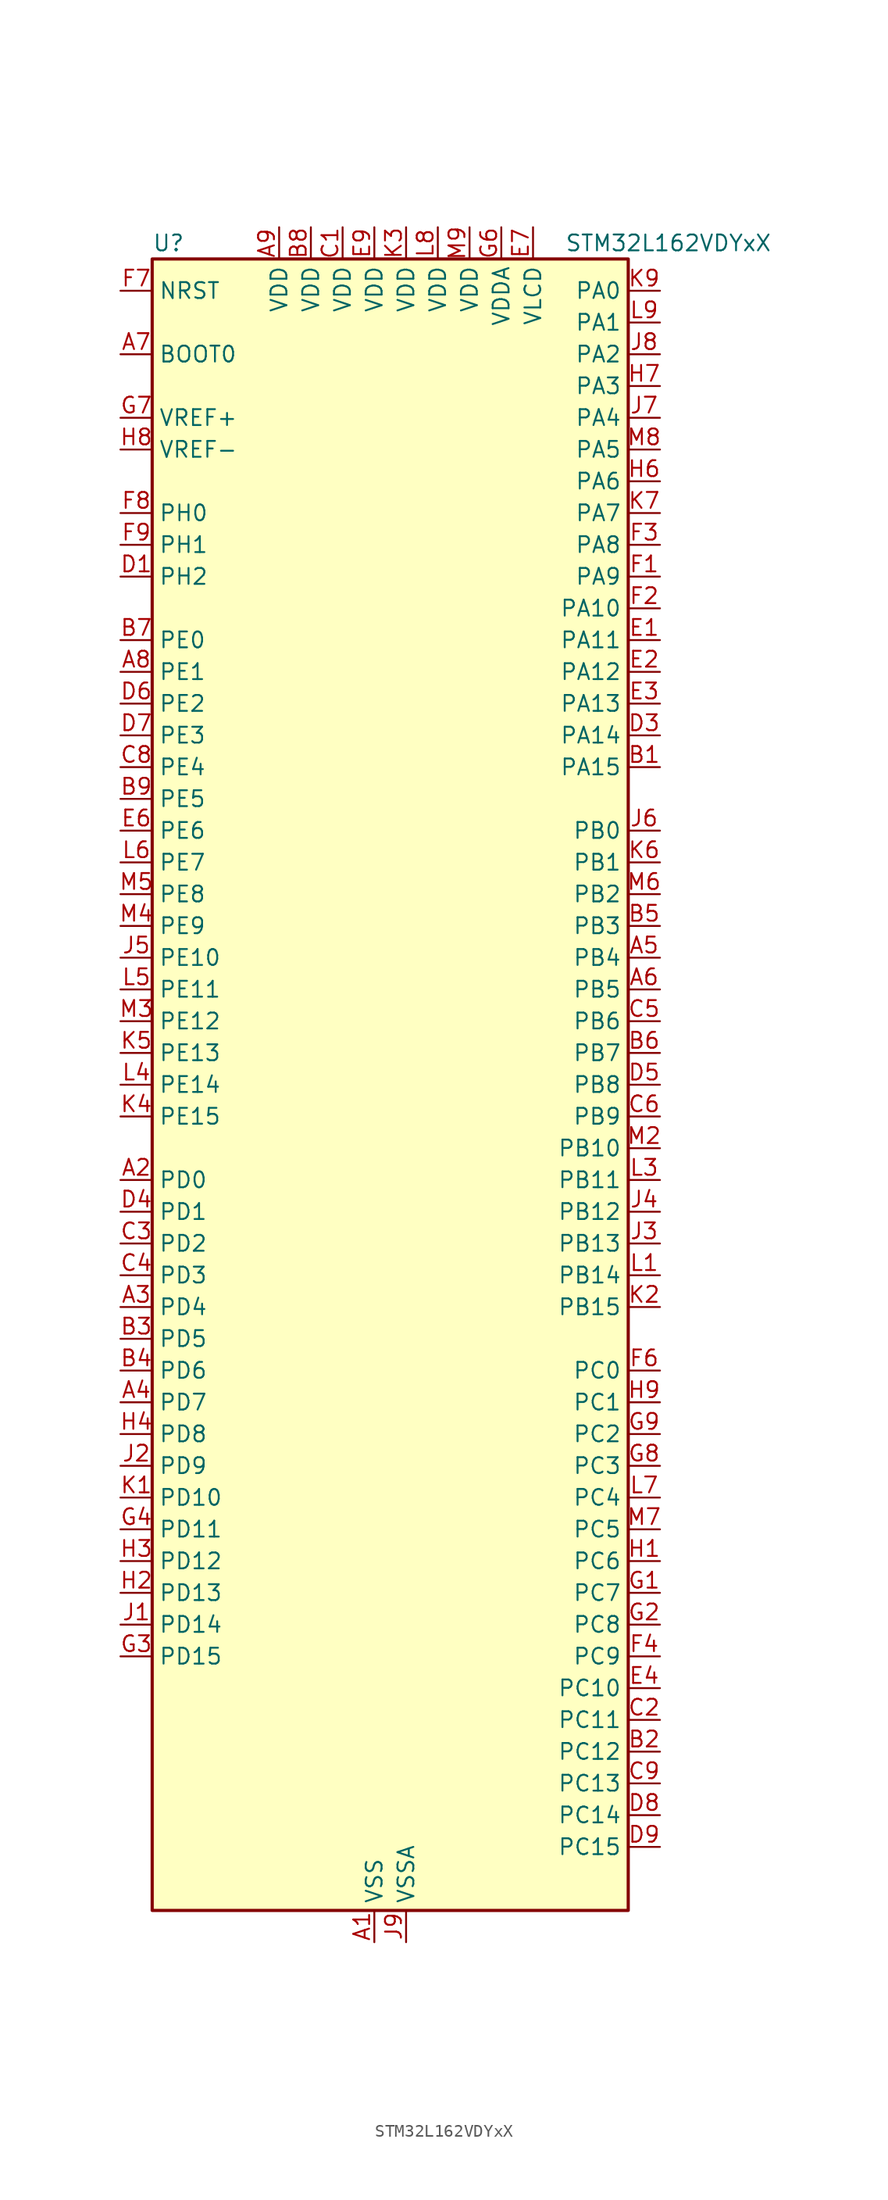
<source format=kicad_sym>
(kicad_symbol_lib
  (version 20220914)
  (generator kicad_symbol_editor)
  (symbol "STM32L162VDYxX"
    (property "Reference" "U"
      (at -17.78 67.31 0)
      (effects (font (size 1.27 1.27)) (justify left)))
    (property "Value" "STM32L162VDYxX"
      (at 15.24 67.31 0)
      (effects (font (size 1.27 1.27)) (justify left)))
    (property "ki_locked" ""
      (at 0 0 0)
      (effects (font (size 1.27 1.27))))
    (symbol "STM32L162VDYxX_0_1"
      (rectangle (start -17.78 -66.04) (end 20.32 66.04) (stroke (width 0.254) (type default)) (fill (type background))))
    (symbol "STM32L162VDYxX_1_1"
      (pin power_in line (at 0 -68.58 90) (length 2.54) (name "VSS" (effects (font (size 1.27 1.27)))) (number "A1" (effects (font (size 1.27 1.27)))))
      (pin bidirectional line (at -20.32 -7.62 0) (length 2.54) (name "PD0" (effects (font (size 1.27 1.27)))) (number "A2" (effects (font (size 1.27 1.27)))) (alternate "I2S2_WS" bidirectional line) (alternate "SPI2_NSS" bidirectional line) (alternate "TIM9_CH1" bidirectional line) (alternate "TIMX_IC1" bidirectional line))
      (pin bidirectional line (at -20.32 -17.78 0) (length 2.54) (name "PD4" (effects (font (size 1.27 1.27)))) (number "A3" (effects (font (size 1.27 1.27)))) (alternate "I2S2_SD" bidirectional line) (alternate "SPI2_MOSI" bidirectional line) (alternate "TIMX_IC1" bidirectional line) (alternate "USART2_RTS" bidirectional line))
      (pin bidirectional line (at -20.32 -25.4 0) (length 2.54) (name "PD7" (effects (font (size 1.27 1.27)))) (number "A4" (effects (font (size 1.27 1.27)))) (alternate "TIM9_CH2" bidirectional line) (alternate "TIMX_IC4" bidirectional line) (alternate "USART2_CK" bidirectional line))
      (pin bidirectional line (at 22.86 10.16 180) (length 2.54) (name "PB4" (effects (font (size 1.27 1.27)))) (number "A5" (effects (font (size 1.27 1.27)))) (alternate "COMP2_INP" bidirectional line) (alternate "LCD_SEG8" bidirectional line) (alternate "SPI1_MISO" bidirectional line) (alternate "SPI3_MISO" bidirectional line) (alternate "SYS_JTRST" bidirectional line) (alternate "TIM3_CH1" bidirectional line) (alternate "TS_G6_IO1" bidirectional line))
      (pin bidirectional line (at 22.86 7.62 180) (length 2.54) (name "PB5" (effects (font (size 1.27 1.27)))) (number "A6" (effects (font (size 1.27 1.27)))) (alternate "COMP2_INP" bidirectional line) (alternate "I2C1_SMBA" bidirectional line) (alternate "I2S3_SD" bidirectional line) (alternate "LCD_SEG9" bidirectional line) (alternate "SPI1_MOSI" bidirectional line) (alternate "SPI3_MOSI" bidirectional line) (alternate "TIM3_CH2" bidirectional line) (alternate "TS_G6_IO2" bidirectional line))
      (pin input line (at -20.32 58.42 0) (length 2.54) (name "BOOT0" (effects (font (size 1.27 1.27)))) (number "A7" (effects (font (size 1.27 1.27)))))
      (pin bidirectional line (at -20.32 33.02 0) (length 2.54) (name "PE1" (effects (font (size 1.27 1.27)))) (number "A8" (effects (font (size 1.27 1.27)))) (alternate "LCD_SEG37" bidirectional line) (alternate "TIM11_CH1" bidirectional line) (alternate "TIMX_IC2" bidirectional line))
      (pin power_in line (at -7.62 68.58 270) (length 2.54) (name "VDD" (effects (font (size 1.27 1.27)))) (number "A9" (effects (font (size 1.27 1.27)))))
      (pin bidirectional line (at 22.86 25.4 180) (length 2.54) (name "PA15" (effects (font (size 1.27 1.27)))) (number "B1" (effects (font (size 1.27 1.27)))) (alternate "ADC_EXTI15" bidirectional line) (alternate "I2S3_WS" bidirectional line) (alternate "LCD_SEG17" bidirectional line) (alternate "SPI1_NSS" bidirectional line) (alternate "SPI3_NSS" bidirectional line) (alternate "SYS_JTDI" bidirectional line) (alternate "TIM2_CH1" bidirectional line) (alternate "TIM2_ETR" bidirectional line) (alternate "TIMX_IC4" bidirectional line) (alternate "TS_G5_IO3" bidirectional line))
      (pin bidirectional line (at 22.86 -53.34 180) (length 2.54) (name "PC12" (effects (font (size 1.27 1.27)))) (number "B2" (effects (font (size 1.27 1.27)))) (alternate "I2S3_SD" bidirectional line) (alternate "LCD_COM6" bidirectional line) (alternate "LCD_SEG30" bidirectional line) (alternate "LCD_SEG42" bidirectional line) (alternate "SPI3_MOSI" bidirectional line) (alternate "TIMX_IC1" bidirectional line) (alternate "UART5_TX" bidirectional line) (alternate "USART3_CK" bidirectional line))
      (pin bidirectional line (at -20.32 -20.32 0) (length 2.54) (name "PD5" (effects (font (size 1.27 1.27)))) (number "B3" (effects (font (size 1.27 1.27)))) (alternate "TIMX_IC2" bidirectional line) (alternate "USART2_TX" bidirectional line))
      (pin bidirectional line (at -20.32 -22.86 0) (length 2.54) (name "PD6" (effects (font (size 1.27 1.27)))) (number "B4" (effects (font (size 1.27 1.27)))) (alternate "TIMX_IC3" bidirectional line) (alternate "USART2_RX" bidirectional line))
      (pin bidirectional line (at 22.86 12.7 180) (length 2.54) (name "PB3" (effects (font (size 1.27 1.27)))) (number "B5" (effects (font (size 1.27 1.27)))) (alternate "COMP2_INM" bidirectional line) (alternate "I2S3_CK" bidirectional line) (alternate "LCD_SEG7" bidirectional line) (alternate "SPI1_SCK" bidirectional line) (alternate "SPI3_SCK" bidirectional line) (alternate "SYS_JTDO-TRACESWO" bidirectional line) (alternate "TIM2_CH2" bidirectional line))
      (pin bidirectional line (at 22.86 2.54 180) (length 2.54) (name "PB7" (effects (font (size 1.27 1.27)))) (number "B6" (effects (font (size 1.27 1.27)))) (alternate "COMP2_INP" bidirectional line) (alternate "I2C1_SDA" bidirectional line) (alternate "SYS_PVD_IN" bidirectional line) (alternate "TIM4_CH2" bidirectional line) (alternate "TS_G6_IO4" bidirectional line) (alternate "USART1_RX" bidirectional line))
      (pin bidirectional line (at -20.32 35.56 0) (length 2.54) (name "PE0" (effects (font (size 1.27 1.27)))) (number "B7" (effects (font (size 1.27 1.27)))) (alternate "LCD_SEG36" bidirectional line) (alternate "TIM10_CH1" bidirectional line) (alternate "TIM4_ETR" bidirectional line) (alternate "TIMX_IC1" bidirectional line))
      (pin power_in line (at -5.08 68.58 270) (length 2.54) (name "VDD" (effects (font (size 1.27 1.27)))) (number "B8" (effects (font (size 1.27 1.27)))))
      (pin bidirectional line (at -20.32 22.86 0) (length 2.54) (name "PE5" (effects (font (size 1.27 1.27)))) (number "B9" (effects (font (size 1.27 1.27)))) (alternate "SYS_TRACED2" bidirectional line) (alternate "TIM9_CH1" bidirectional line) (alternate "TIMX_IC2" bidirectional line))
      (pin power_in line (at -2.54 68.58 270) (length 2.54) (name "VDD" (effects (font (size 1.27 1.27)))) (number "C1" (effects (font (size 1.27 1.27)))))
      (pin bidirectional line (at 22.86 -50.8 180) (length 2.54) (name "PC11" (effects (font (size 1.27 1.27)))) (number "C2" (effects (font (size 1.27 1.27)))) (alternate "ADC_EXTI11" bidirectional line) (alternate "LCD_COM5" bidirectional line) (alternate "LCD_SEG29" bidirectional line) (alternate "LCD_SEG41" bidirectional line) (alternate "SPI3_MISO" bidirectional line) (alternate "TIMX_IC4" bidirectional line) (alternate "UART4_RX" bidirectional line) (alternate "USART3_RX" bidirectional line))
      (pin bidirectional line (at -20.32 -12.7 0) (length 2.54) (name "PD2" (effects (font (size 1.27 1.27)))) (number "C3" (effects (font (size 1.27 1.27)))) (alternate "LCD_COM7" bidirectional line) (alternate "LCD_SEG31" bidirectional line) (alternate "LCD_SEG43" bidirectional line) (alternate "TIM3_ETR" bidirectional line) (alternate "TIMX_IC3" bidirectional line) (alternate "UART5_RX" bidirectional line))
      (pin bidirectional line (at -20.32 -15.24 0) (length 2.54) (name "PD3" (effects (font (size 1.27 1.27)))) (number "C4" (effects (font (size 1.27 1.27)))) (alternate "SPI2_MISO" bidirectional line) (alternate "TIMX_IC4" bidirectional line) (alternate "USART2_CTS" bidirectional line))
      (pin bidirectional line (at 22.86 5.08 180) (length 2.54) (name "PB6" (effects (font (size 1.27 1.27)))) (number "C5" (effects (font (size 1.27 1.27)))) (alternate "COMP2_INP" bidirectional line) (alternate "I2C1_SCL" bidirectional line) (alternate "TIM4_CH1" bidirectional line) (alternate "TS_G6_IO3" bidirectional line) (alternate "USART1_TX" bidirectional line))
      (pin bidirectional line (at 22.86 -2.54 180) (length 2.54) (name "PB9" (effects (font (size 1.27 1.27)))) (number "C6" (effects (font (size 1.27 1.27)))) (alternate "DAC_EXTI9" bidirectional line) (alternate "I2C1_SDA" bidirectional line) (alternate "LCD_COM3" bidirectional line) (alternate "TIM11_CH1" bidirectional line) (alternate "TIM4_CH4" bidirectional line))
      (pin passive line (at 0 -68.58 90) (length 2.54) hide (name "VSS" (effects (font (size 1.27 1.27)))) (number "C7" (effects (font (size 1.27 1.27)))))
      (pin bidirectional line (at -20.32 25.4 0) (length 2.54) (name "PE4" (effects (font (size 1.27 1.27)))) (number "C8" (effects (font (size 1.27 1.27)))) (alternate "SYS_TRACED1" bidirectional line) (alternate "TIM3_CH2" bidirectional line) (alternate "TIMX_IC1" bidirectional line))
      (pin bidirectional line (at 22.86 -55.88 180) (length 2.54) (name "PC13" (effects (font (size 1.27 1.27)))) (number "C9" (effects (font (size 1.27 1.27)))) (alternate "RTC_OUT_ALARM" bidirectional line) (alternate "RTC_OUT_CALIB" bidirectional line) (alternate "RTC_TAMP1" bidirectional line) (alternate "RTC_TS" bidirectional line) (alternate "SYS_WKUP2" bidirectional line) (alternate "TIMX_IC2" bidirectional line))
      (pin bidirectional line (at -20.32 40.64 0) (length 2.54) (name "PH2" (effects (font (size 1.27 1.27)))) (number "D1" (effects (font (size 1.27 1.27)))))
      (pin passive line (at 0 -68.58 90) (length 2.54) hide (name "VSS" (effects (font (size 1.27 1.27)))) (number "D2" (effects (font (size 1.27 1.27)))))
      (pin bidirectional line (at 22.86 27.94 180) (length 2.54) (name "PA14" (effects (font (size 1.27 1.27)))) (number "D3" (effects (font (size 1.27 1.27)))) (alternate "SYS_JTCK-SWCLK" bidirectional line) (alternate "TIMX_IC3" bidirectional line) (alternate "TS_G5_IO2" bidirectional line))
      (pin bidirectional line (at -20.32 -10.16 0) (length 2.54) (name "PD1" (effects (font (size 1.27 1.27)))) (number "D4" (effects (font (size 1.27 1.27)))) (alternate "I2S2_CK" bidirectional line) (alternate "SPI2_SCK" bidirectional line) (alternate "TIMX_IC2" bidirectional line))
      (pin bidirectional line (at 22.86 0 180) (length 2.54) (name "PB8" (effects (font (size 1.27 1.27)))) (number "D5" (effects (font (size 1.27 1.27)))) (alternate "I2C1_SCL" bidirectional line) (alternate "LCD_SEG16" bidirectional line) (alternate "TIM10_CH1" bidirectional line) (alternate "TIM4_CH3" bidirectional line))
      (pin bidirectional line (at -20.32 30.48 0) (length 2.54) (name "PE2" (effects (font (size 1.27 1.27)))) (number "D6" (effects (font (size 1.27 1.27)))) (alternate "LCD_SEG38" bidirectional line) (alternate "SYS_TRACECK" bidirectional line) (alternate "TIM3_ETR" bidirectional line) (alternate "TIMX_IC3" bidirectional line))
      (pin bidirectional line (at -20.32 27.94 0) (length 2.54) (name "PE3" (effects (font (size 1.27 1.27)))) (number "D7" (effects (font (size 1.27 1.27)))) (alternate "LCD_SEG39" bidirectional line) (alternate "SYS_TRACED0" bidirectional line) (alternate "TIM3_CH1" bidirectional line) (alternate "TIMX_IC4" bidirectional line))
      (pin bidirectional line (at 22.86 -58.42 180) (length 2.54) (name "PC14" (effects (font (size 1.27 1.27)))) (number "D8" (effects (font (size 1.27 1.27)))) (alternate "RCC_OSC32_IN" bidirectional line) (alternate "TIMX_IC3" bidirectional line))
      (pin bidirectional line (at 22.86 -60.96 180) (length 2.54) (name "PC15" (effects (font (size 1.27 1.27)))) (number "D9" (effects (font (size 1.27 1.27)))) (alternate "ADC_EXTI15" bidirectional line) (alternate "RCC_OSC32_OUT" bidirectional line) (alternate "TIMX_IC4" bidirectional line))
      (pin bidirectional line (at 22.86 35.56 180) (length 2.54) (name "PA11" (effects (font (size 1.27 1.27)))) (number "E1" (effects (font (size 1.27 1.27)))) (alternate "ADC_EXTI11" bidirectional line) (alternate "SPI1_MISO" bidirectional line) (alternate "TIMX_IC4" bidirectional line) (alternate "USART1_CTS" bidirectional line) (alternate "USB_DM" bidirectional line))
      (pin bidirectional line (at 22.86 33.02 180) (length 2.54) (name "PA12" (effects (font (size 1.27 1.27)))) (number "E2" (effects (font (size 1.27 1.27)))) (alternate "SPI1_MOSI" bidirectional line) (alternate "TIMX_IC1" bidirectional line) (alternate "USART1_RTS" bidirectional line) (alternate "USB_DP" bidirectional line))
      (pin bidirectional line (at 22.86 30.48 180) (length 2.54) (name "PA13" (effects (font (size 1.27 1.27)))) (number "E3" (effects (font (size 1.27 1.27)))) (alternate "SYS_JTMS-SWDIO" bidirectional line) (alternate "TIMX_IC2" bidirectional line) (alternate "TS_G5_IO1" bidirectional line))
      (pin bidirectional line (at 22.86 -48.26 180) (length 2.54) (name "PC10" (effects (font (size 1.27 1.27)))) (number "E4" (effects (font (size 1.27 1.27)))) (alternate "I2S3_CK" bidirectional line) (alternate "LCD_COM4" bidirectional line) (alternate "LCD_SEG28" bidirectional line) (alternate "LCD_SEG40" bidirectional line) (alternate "SPI3_SCK" bidirectional line) (alternate "TIMX_IC3" bidirectional line) (alternate "UART4_TX" bidirectional line) (alternate "USART3_TX" bidirectional line))
      (pin bidirectional line (at -20.32 20.32 0) (length 2.54) (name "PE6" (effects (font (size 1.27 1.27)))) (number "E6" (effects (font (size 1.27 1.27)))) (alternate "RTC_TAMP3" bidirectional line) (alternate "SYS_TRACED3" bidirectional line) (alternate "SYS_WKUP3" bidirectional line) (alternate "TIM9_CH2" bidirectional line) (alternate "TIMX_IC3" bidirectional line))
      (pin power_in line (at 12.7 68.58 270) (length 2.54) (name "VLCD" (effects (font (size 1.27 1.27)))) (number "E7" (effects (font (size 1.27 1.27)))))
      (pin passive line (at 0 -68.58 90) (length 2.54) hide (name "VSS" (effects (font (size 1.27 1.27)))) (number "E8" (effects (font (size 1.27 1.27)))))
      (pin power_in line (at 0 68.58 270) (length 2.54) (name "VDD" (effects (font (size 1.27 1.27)))) (number "E9" (effects (font (size 1.27 1.27)))))
      (pin bidirectional line (at 22.86 40.64 180) (length 2.54) (name "PA9" (effects (font (size 1.27 1.27)))) (number "F1" (effects (font (size 1.27 1.27)))) (alternate "DAC_EXTI9" bidirectional line) (alternate "LCD_COM1" bidirectional line) (alternate "TIMX_IC2" bidirectional line) (alternate "TS_G4_IO2" bidirectional line) (alternate "USART1_TX" bidirectional line))
      (pin bidirectional line (at 22.86 38.1 180) (length 2.54) (name "PA10" (effects (font (size 1.27 1.27)))) (number "F2" (effects (font (size 1.27 1.27)))) (alternate "LCD_COM2" bidirectional line) (alternate "TIMX_IC3" bidirectional line) (alternate "TS_G4_IO3" bidirectional line) (alternate "USART1_RX" bidirectional line))
      (pin bidirectional line (at 22.86 43.18 180) (length 2.54) (name "PA8" (effects (font (size 1.27 1.27)))) (number "F3" (effects (font (size 1.27 1.27)))) (alternate "LCD_COM0" bidirectional line) (alternate "RCC_MCO" bidirectional line) (alternate "TIMX_IC1" bidirectional line) (alternate "TS_G4_IO1" bidirectional line) (alternate "USART1_CK" bidirectional line))
      (pin bidirectional line (at 22.86 -45.72 180) (length 2.54) (name "PC9" (effects (font (size 1.27 1.27)))) (number "F4" (effects (font (size 1.27 1.27)))) (alternate "DAC_EXTI9" bidirectional line) (alternate "LCD_SEG27" bidirectional line) (alternate "TIM3_CH4" bidirectional line) (alternate "TIMX_IC2" bidirectional line) (alternate "TS_G10_IO4" bidirectional line))
      (pin bidirectional line (at 22.86 -22.86 180) (length 2.54) (name "PC0" (effects (font (size 1.27 1.27)))) (number "F6" (effects (font (size 1.27 1.27)))) (alternate "ADC_IN10" bidirectional line) (alternate "COMP1_INP" bidirectional line) (alternate "LCD_SEG18" bidirectional line) (alternate "TIMX_IC1" bidirectional line) (alternate "TS_G8_IO1" bidirectional line))
      (pin input line (at -20.32 63.5 0) (length 2.54) (name "NRST" (effects (font (size 1.27 1.27)))) (number "F7" (effects (font (size 1.27 1.27)))))
      (pin bidirectional line (at -20.32 45.72 0) (length 2.54) (name "PH0" (effects (font (size 1.27 1.27)))) (number "F8" (effects (font (size 1.27 1.27)))) (alternate "RCC_OSC_IN" bidirectional line))
      (pin bidirectional line (at -20.32 43.18 0) (length 2.54) (name "PH1" (effects (font (size 1.27 1.27)))) (number "F9" (effects (font (size 1.27 1.27)))) (alternate "RCC_OSC_OUT" bidirectional line))
      (pin bidirectional line (at 22.86 -40.64 180) (length 2.54) (name "PC7" (effects (font (size 1.27 1.27)))) (number "G1" (effects (font (size 1.27 1.27)))) (alternate "I2S3_MCK" bidirectional line) (alternate "LCD_SEG25" bidirectional line) (alternate "TIM3_CH2" bidirectional line) (alternate "TIMX_IC4" bidirectional line) (alternate "TS_G10_IO2" bidirectional line))
      (pin bidirectional line (at 22.86 -43.18 180) (length 2.54) (name "PC8" (effects (font (size 1.27 1.27)))) (number "G2" (effects (font (size 1.27 1.27)))) (alternate "LCD_SEG26" bidirectional line) (alternate "TIM3_CH3" bidirectional line) (alternate "TIMX_IC1" bidirectional line) (alternate "TS_G10_IO3" bidirectional line))
      (pin bidirectional line (at -20.32 -45.72 0) (length 2.54) (name "PD15" (effects (font (size 1.27 1.27)))) (number "G3" (effects (font (size 1.27 1.27)))) (alternate "ADC_EXTI15" bidirectional line) (alternate "LCD_SEG35" bidirectional line) (alternate "TIM4_CH4" bidirectional line) (alternate "TIMX_IC4" bidirectional line))
      (pin bidirectional line (at -20.32 -35.56 0) (length 2.54) (name "PD11" (effects (font (size 1.27 1.27)))) (number "G4" (effects (font (size 1.27 1.27)))) (alternate "ADC_EXTI11" bidirectional line) (alternate "LCD_SEG31" bidirectional line) (alternate "TIMX_IC4" bidirectional line) (alternate "USART3_CTS" bidirectional line))
      (pin power_in line (at 10.16 68.58 270) (length 2.54) (name "VDDA" (effects (font (size 1.27 1.27)))) (number "G6" (effects (font (size 1.27 1.27)))))
      (pin input line (at -20.32 53.34 0) (length 2.54) (name "VREF+" (effects (font (size 1.27 1.27)))) (number "G7" (effects (font (size 1.27 1.27)))))
      (pin bidirectional line (at 22.86 -30.48 180) (length 2.54) (name "PC3" (effects (font (size 1.27 1.27)))) (number "G8" (effects (font (size 1.27 1.27)))) (alternate "ADC_IN13" bidirectional line) (alternate "COMP1_INP" bidirectional line) (alternate "LCD_SEG21" bidirectional line) (alternate "TIMX_IC4" bidirectional line) (alternate "TS_G8_IO4" bidirectional line))
      (pin bidirectional line (at 22.86 -27.94 180) (length 2.54) (name "PC2" (effects (font (size 1.27 1.27)))) (number "G9" (effects (font (size 1.27 1.27)))) (alternate "ADC_IN12" bidirectional line) (alternate "COMP1_INP" bidirectional line) (alternate "LCD_SEG20" bidirectional line) (alternate "TIMX_IC3" bidirectional line) (alternate "TS_G8_IO3" bidirectional line))
      (pin bidirectional line (at 22.86 -38.1 180) (length 2.54) (name "PC6" (effects (font (size 1.27 1.27)))) (number "H1" (effects (font (size 1.27 1.27)))) (alternate "I2S2_MCK" bidirectional line) (alternate "LCD_SEG24" bidirectional line) (alternate "TIM3_CH1" bidirectional line) (alternate "TIMX_IC3" bidirectional line) (alternate "TS_G10_IO1" bidirectional line))
      (pin bidirectional line (at -20.32 -40.64 0) (length 2.54) (name "PD13" (effects (font (size 1.27 1.27)))) (number "H2" (effects (font (size 1.27 1.27)))) (alternate "LCD_SEG33" bidirectional line) (alternate "TIM4_CH2" bidirectional line) (alternate "TIMX_IC2" bidirectional line))
      (pin bidirectional line (at -20.32 -38.1 0) (length 2.54) (name "PD12" (effects (font (size 1.27 1.27)))) (number "H3" (effects (font (size 1.27 1.27)))) (alternate "LCD_SEG32" bidirectional line) (alternate "TIM4_CH1" bidirectional line) (alternate "TIMX_IC1" bidirectional line) (alternate "USART3_RTS" bidirectional line))
      (pin bidirectional line (at -20.32 -27.94 0) (length 2.54) (name "PD8" (effects (font (size 1.27 1.27)))) (number "H4" (effects (font (size 1.27 1.27)))) (alternate "LCD_SEG28" bidirectional line) (alternate "TIMX_IC1" bidirectional line) (alternate "USART3_TX" bidirectional line))
      (pin bidirectional line (at 22.86 48.26 180) (length 2.54) (name "PA6" (effects (font (size 1.27 1.27)))) (number "H6" (effects (font (size 1.27 1.27)))) (alternate "ADC_IN6" bidirectional line) (alternate "COMP1_INP" bidirectional line) (alternate "LCD_SEG3" bidirectional line) (alternate "OPAMP2_VINP" bidirectional line) (alternate "SPI1_MISO" bidirectional line) (alternate "TIM10_CH1" bidirectional line) (alternate "TIM3_CH1" bidirectional line) (alternate "TIMX_IC3" bidirectional line) (alternate "TS_G2_IO1" bidirectional line))
      (pin bidirectional line (at 22.86 55.88 180) (length 2.54) (name "PA3" (effects (font (size 1.27 1.27)))) (number "H7" (effects (font (size 1.27 1.27)))) (alternate "ADC_IN3" bidirectional line) (alternate "COMP1_INP" bidirectional line) (alternate "LCD_SEG2" bidirectional line) (alternate "OPAMP1_VOUT" bidirectional line) (alternate "TIM2_CH4" bidirectional line) (alternate "TIM5_CH4" bidirectional line) (alternate "TIM9_CH2" bidirectional line) (alternate "TIMX_IC4" bidirectional line) (alternate "TS_G1_IO4" bidirectional line) (alternate "USART2_RX" bidirectional line))
      (pin input line (at -20.32 50.8 0) (length 2.54) (name "VREF-" (effects (font (size 1.27 1.27)))) (number "H8" (effects (font (size 1.27 1.27)))))
      (pin bidirectional line (at 22.86 -25.4 180) (length 2.54) (name "PC1" (effects (font (size 1.27 1.27)))) (number "H9" (effects (font (size 1.27 1.27)))) (alternate "ADC_IN11" bidirectional line) (alternate "COMP1_INP" bidirectional line) (alternate "LCD_SEG19" bidirectional line) (alternate "TIMX_IC2" bidirectional line) (alternate "TS_G8_IO2" bidirectional line))
      (pin bidirectional line (at -20.32 -43.18 0) (length 2.54) (name "PD14" (effects (font (size 1.27 1.27)))) (number "J1" (effects (font (size 1.27 1.27)))) (alternate "LCD_SEG34" bidirectional line) (alternate "TIM4_CH3" bidirectional line) (alternate "TIMX_IC3" bidirectional line))
      (pin bidirectional line (at -20.32 -30.48 0) (length 2.54) (name "PD9" (effects (font (size 1.27 1.27)))) (number "J2" (effects (font (size 1.27 1.27)))) (alternate "DAC_EXTI9" bidirectional line) (alternate "LCD_SEG29" bidirectional line) (alternate "TIMX_IC2" bidirectional line) (alternate "USART3_RX" bidirectional line))
      (pin bidirectional line (at 22.86 -12.7 180) (length 2.54) (name "PB13" (effects (font (size 1.27 1.27)))) (number "J3" (effects (font (size 1.27 1.27)))) (alternate "ADC_IN19" bidirectional line) (alternate "COMP1_INP" bidirectional line) (alternate "I2S2_CK" bidirectional line) (alternate "LCD_SEG13" bidirectional line) (alternate "SPI2_SCK" bidirectional line) (alternate "TIM9_CH1" bidirectional line) (alternate "TS_G7_IO2" bidirectional line) (alternate "USART3_CTS" bidirectional line))
      (pin bidirectional line (at 22.86 -10.16 180) (length 2.54) (name "PB12" (effects (font (size 1.27 1.27)))) (number "J4" (effects (font (size 1.27 1.27)))) (alternate "ADC_IN18" bidirectional line) (alternate "COMP1_INP" bidirectional line) (alternate "I2C2_SMBA" bidirectional line) (alternate "I2S2_WS" bidirectional line) (alternate "LCD_SEG12" bidirectional line) (alternate "SPI2_NSS" bidirectional line) (alternate "TIM10_CH1" bidirectional line) (alternate "TS_G7_IO1" bidirectional line) (alternate "USART3_CK" bidirectional line))
      (pin bidirectional line (at -20.32 10.16 0) (length 2.54) (name "PE10" (effects (font (size 1.27 1.27)))) (number "J5" (effects (font (size 1.27 1.27)))) (alternate "ADC_IN25" bidirectional line) (alternate "COMP1_INP" bidirectional line) (alternate "TIM2_CH2" bidirectional line) (alternate "TIMX_IC3" bidirectional line))
      (pin bidirectional line (at 22.86 20.32 180) (length 2.54) (name "PB0" (effects (font (size 1.27 1.27)))) (number "J6" (effects (font (size 1.27 1.27)))) (alternate "ADC_IN8" bidirectional line) (alternate "COMP1_INP" bidirectional line) (alternate "LCD_SEG5" bidirectional line) (alternate "OPAMP2_VOUT" bidirectional line) (alternate "SYS_V_REF_OUT" bidirectional line) (alternate "TIM3_CH3" bidirectional line) (alternate "TS_G3_IO1" bidirectional line))
      (pin bidirectional line (at 22.86 53.34 180) (length 2.54) (name "PA4" (effects (font (size 1.27 1.27)))) (number "J7" (effects (font (size 1.27 1.27)))) (alternate "ADC_IN4" bidirectional line) (alternate "COMP1_INP" bidirectional line) (alternate "DAC_OUT1" bidirectional line) (alternate "I2S3_WS" bidirectional line) (alternate "SPI1_NSS" bidirectional line) (alternate "SPI3_NSS" bidirectional line) (alternate "TIMX_IC1" bidirectional line) (alternate "USART2_CK" bidirectional line))
      (pin bidirectional line (at 22.86 58.42 180) (length 2.54) (name "PA2" (effects (font (size 1.27 1.27)))) (number "J8" (effects (font (size 1.27 1.27)))) (alternate "ADC_IN2" bidirectional line) (alternate "COMP1_INP" bidirectional line) (alternate "LCD_SEG1" bidirectional line) (alternate "OPAMP1_VINM" bidirectional line) (alternate "TIM2_CH3" bidirectional line) (alternate "TIM5_CH3" bidirectional line) (alternate "TIM9_CH1" bidirectional line) (alternate "TIMX_IC3" bidirectional line) (alternate "TS_G1_IO3" bidirectional line) (alternate "USART2_TX" bidirectional line))
      (pin power_in line (at 2.54 -68.58 90) (length 2.54) (name "VSSA" (effects (font (size 1.27 1.27)))) (number "J9" (effects (font (size 1.27 1.27)))))
      (pin bidirectional line (at -20.32 -33.02 0) (length 2.54) (name "PD10" (effects (font (size 1.27 1.27)))) (number "K1" (effects (font (size 1.27 1.27)))) (alternate "LCD_SEG30" bidirectional line) (alternate "TIMX_IC3" bidirectional line) (alternate "USART3_CK" bidirectional line))
      (pin bidirectional line (at 22.86 -17.78 180) (length 2.54) (name "PB15" (effects (font (size 1.27 1.27)))) (number "K2" (effects (font (size 1.27 1.27)))) (alternate "ADC_EXTI15" bidirectional line) (alternate "ADC_IN21" bidirectional line) (alternate "COMP1_INP" bidirectional line) (alternate "I2S2_SD" bidirectional line) (alternate "LCD_SEG15" bidirectional line) (alternate "RTC_REFIN" bidirectional line) (alternate "SPI2_MOSI" bidirectional line) (alternate "TIM11_CH1" bidirectional line) (alternate "TS_G7_IO4" bidirectional line))
      (pin power_in line (at 2.54 68.58 270) (length 2.54) (name "VDD" (effects (font (size 1.27 1.27)))) (number "K3" (effects (font (size 1.27 1.27)))))
      (pin bidirectional line (at -20.32 -2.54 0) (length 2.54) (name "PE15" (effects (font (size 1.27 1.27)))) (number "K4" (effects (font (size 1.27 1.27)))) (alternate "ADC_EXTI15" bidirectional line) (alternate "SPI1_MOSI" bidirectional line) (alternate "TIMX_IC4" bidirectional line))
      (pin bidirectional line (at -20.32 2.54 0) (length 2.54) (name "PE13" (effects (font (size 1.27 1.27)))) (number "K5" (effects (font (size 1.27 1.27)))) (alternate "SPI1_SCK" bidirectional line) (alternate "TIMX_IC2" bidirectional line))
      (pin bidirectional line (at 22.86 17.78 180) (length 2.54) (name "PB1" (effects (font (size 1.27 1.27)))) (number "K6" (effects (font (size 1.27 1.27)))) (alternate "ADC_IN9" bidirectional line) (alternate "COMP1_INP" bidirectional line) (alternate "LCD_SEG6" bidirectional line) (alternate "SYS_V_REF_OUT" bidirectional line) (alternate "TIM3_CH4" bidirectional line) (alternate "TS_G3_IO2" bidirectional line))
      (pin bidirectional line (at 22.86 45.72 180) (length 2.54) (name "PA7" (effects (font (size 1.27 1.27)))) (number "K7" (effects (font (size 1.27 1.27)))) (alternate "ADC_IN7" bidirectional line) (alternate "COMP1_INP" bidirectional line) (alternate "LCD_SEG4" bidirectional line) (alternate "OPAMP2_VINM" bidirectional line) (alternate "SPI1_MOSI" bidirectional line) (alternate "TIM11_CH1" bidirectional line) (alternate "TIM3_CH2" bidirectional line) (alternate "TIMX_IC4" bidirectional line) (alternate "TS_G2_IO2" bidirectional line))
      (pin passive line (at 0 -68.58 90) (length 2.54) hide (name "VSS" (effects (font (size 1.27 1.27)))) (number "K8" (effects (font (size 1.27 1.27)))))
      (pin bidirectional line (at 22.86 63.5 180) (length 2.54) (name "PA0" (effects (font (size 1.27 1.27)))) (number "K9" (effects (font (size 1.27 1.27)))) (alternate "ADC_IN0" bidirectional line) (alternate "COMP1_INP" bidirectional line) (alternate "RTC_TAMP2" bidirectional line) (alternate "SYS_WKUP1" bidirectional line) (alternate "TIM2_CH1" bidirectional line) (alternate "TIM2_ETR" bidirectional line) (alternate "TIM5_CH1" bidirectional line) (alternate "TIMX_IC1" bidirectional line) (alternate "TS_G1_IO1" bidirectional line) (alternate "USART2_CTS" bidirectional line))
      (pin bidirectional line (at 22.86 -15.24 180) (length 2.54) (name "PB14" (effects (font (size 1.27 1.27)))) (number "L1" (effects (font (size 1.27 1.27)))) (alternate "ADC_IN20" bidirectional line) (alternate "COMP1_INP" bidirectional line) (alternate "LCD_SEG14" bidirectional line) (alternate "SPI2_MISO" bidirectional line) (alternate "TIM9_CH2" bidirectional line) (alternate "TS_G7_IO3" bidirectional line) (alternate "USART3_RTS" bidirectional line))
      (pin passive line (at 0 -68.58 90) (length 2.54) hide (name "VSS" (effects (font (size 1.27 1.27)))) (number "L2" (effects (font (size 1.27 1.27)))))
      (pin bidirectional line (at 22.86 -7.62 180) (length 2.54) (name "PB11" (effects (font (size 1.27 1.27)))) (number "L3" (effects (font (size 1.27 1.27)))) (alternate "ADC_EXTI11" bidirectional line) (alternate "I2C2_SDA" bidirectional line) (alternate "LCD_SEG11" bidirectional line) (alternate "TIM2_CH4" bidirectional line) (alternate "USART3_RX" bidirectional line))
      (pin bidirectional line (at -20.32 0 0) (length 2.54) (name "PE14" (effects (font (size 1.27 1.27)))) (number "L4" (effects (font (size 1.27 1.27)))) (alternate "SPI1_MISO" bidirectional line) (alternate "TIMX_IC3" bidirectional line))
      (pin bidirectional line (at -20.32 7.62 0) (length 2.54) (name "PE11" (effects (font (size 1.27 1.27)))) (number "L5" (effects (font (size 1.27 1.27)))) (alternate "ADC_EXTI11" bidirectional line) (alternate "TIM2_CH3" bidirectional line) (alternate "TIMX_IC4" bidirectional line))
      (pin bidirectional line (at -20.32 17.78 0) (length 2.54) (name "PE7" (effects (font (size 1.27 1.27)))) (number "L6" (effects (font (size 1.27 1.27)))) (alternate "ADC_IN22" bidirectional line) (alternate "COMP1_INP" bidirectional line) (alternate "TIMX_IC4" bidirectional line))
      (pin bidirectional line (at 22.86 -33.02 180) (length 2.54) (name "PC4" (effects (font (size 1.27 1.27)))) (number "L7" (effects (font (size 1.27 1.27)))) (alternate "ADC_IN14" bidirectional line) (alternate "COMP1_INP" bidirectional line) (alternate "LCD_SEG22" bidirectional line) (alternate "TIMX_IC1" bidirectional line) (alternate "TS_G9_IO1" bidirectional line))
      (pin power_in line (at 5.08 68.58 270) (length 2.54) (name "VDD" (effects (font (size 1.27 1.27)))) (number "L8" (effects (font (size 1.27 1.27)))))
      (pin bidirectional line (at 22.86 60.96 180) (length 2.54) (name "PA1" (effects (font (size 1.27 1.27)))) (number "L9" (effects (font (size 1.27 1.27)))) (alternate "ADC_IN1" bidirectional line) (alternate "COMP1_INP" bidirectional line) (alternate "LCD_SEG0" bidirectional line) (alternate "OPAMP1_VINP" bidirectional line) (alternate "TIM2_CH2" bidirectional line) (alternate "TIM5_CH2" bidirectional line) (alternate "TIMX_IC2" bidirectional line) (alternate "TS_G1_IO2" bidirectional line) (alternate "USART2_RTS" bidirectional line))
      (pin passive line (at 0 -68.58 90) (length 2.54) hide (name "VSS" (effects (font (size 1.27 1.27)))) (number "M1" (effects (font (size 1.27 1.27)))))
      (pin bidirectional line (at 22.86 -5.08 180) (length 2.54) (name "PB10" (effects (font (size 1.27 1.27)))) (number "M2" (effects (font (size 1.27 1.27)))) (alternate "I2C2_SCL" bidirectional line) (alternate "LCD_SEG10" bidirectional line) (alternate "TIM2_CH3" bidirectional line) (alternate "USART3_TX" bidirectional line))
      (pin bidirectional line (at -20.32 5.08 0) (length 2.54) (name "PE12" (effects (font (size 1.27 1.27)))) (number "M3" (effects (font (size 1.27 1.27)))) (alternate "SPI1_NSS" bidirectional line) (alternate "TIM2_CH4" bidirectional line) (alternate "TIMX_IC1" bidirectional line))
      (pin bidirectional line (at -20.32 12.7 0) (length 2.54) (name "PE9" (effects (font (size 1.27 1.27)))) (number "M4" (effects (font (size 1.27 1.27)))) (alternate "ADC_IN24" bidirectional line) (alternate "COMP1_INP" bidirectional line) (alternate "DAC_EXTI9" bidirectional line) (alternate "TIM2_CH1" bidirectional line) (alternate "TIM2_ETR" bidirectional line) (alternate "TIMX_IC2" bidirectional line))
      (pin bidirectional line (at -20.32 15.24 0) (length 2.54) (name "PE8" (effects (font (size 1.27 1.27)))) (number "M5" (effects (font (size 1.27 1.27)))) (alternate "ADC_IN23" bidirectional line) (alternate "COMP1_INP" bidirectional line) (alternate "TIMX_IC1" bidirectional line))
      (pin bidirectional line (at 22.86 15.24 180) (length 2.54) (name "PB2" (effects (font (size 1.27 1.27)))) (number "M6" (effects (font (size 1.27 1.27)))) (alternate "ADC_IN0b" bidirectional line) (alternate "TS_G3_IO3" bidirectional line))
      (pin bidirectional line (at 22.86 -35.56 180) (length 2.54) (name "PC5" (effects (font (size 1.27 1.27)))) (number "M7" (effects (font (size 1.27 1.27)))) (alternate "ADC_IN15" bidirectional line) (alternate "COMP1_INP" bidirectional line) (alternate "LCD_SEG23" bidirectional line) (alternate "TIMX_IC2" bidirectional line) (alternate "TS_G9_IO2" bidirectional line))
      (pin bidirectional line (at 22.86 50.8 180) (length 2.54) (name "PA5" (effects (font (size 1.27 1.27)))) (number "M8" (effects (font (size 1.27 1.27)))) (alternate "ADC_IN5" bidirectional line) (alternate "COMP1_INP" bidirectional line) (alternate "DAC_OUT2" bidirectional line) (alternate "SPI1_SCK" bidirectional line) (alternate "TIM2_CH1" bidirectional line) (alternate "TIM2_ETR" bidirectional line) (alternate "TIMX_IC2" bidirectional line))
      (pin power_in line (at 7.62 68.58 270) (length 2.54) (name "VDD" (effects (font (size 1.27 1.27)))) (number "M9" (effects (font (size 1.27 1.27))))))))
</source>
